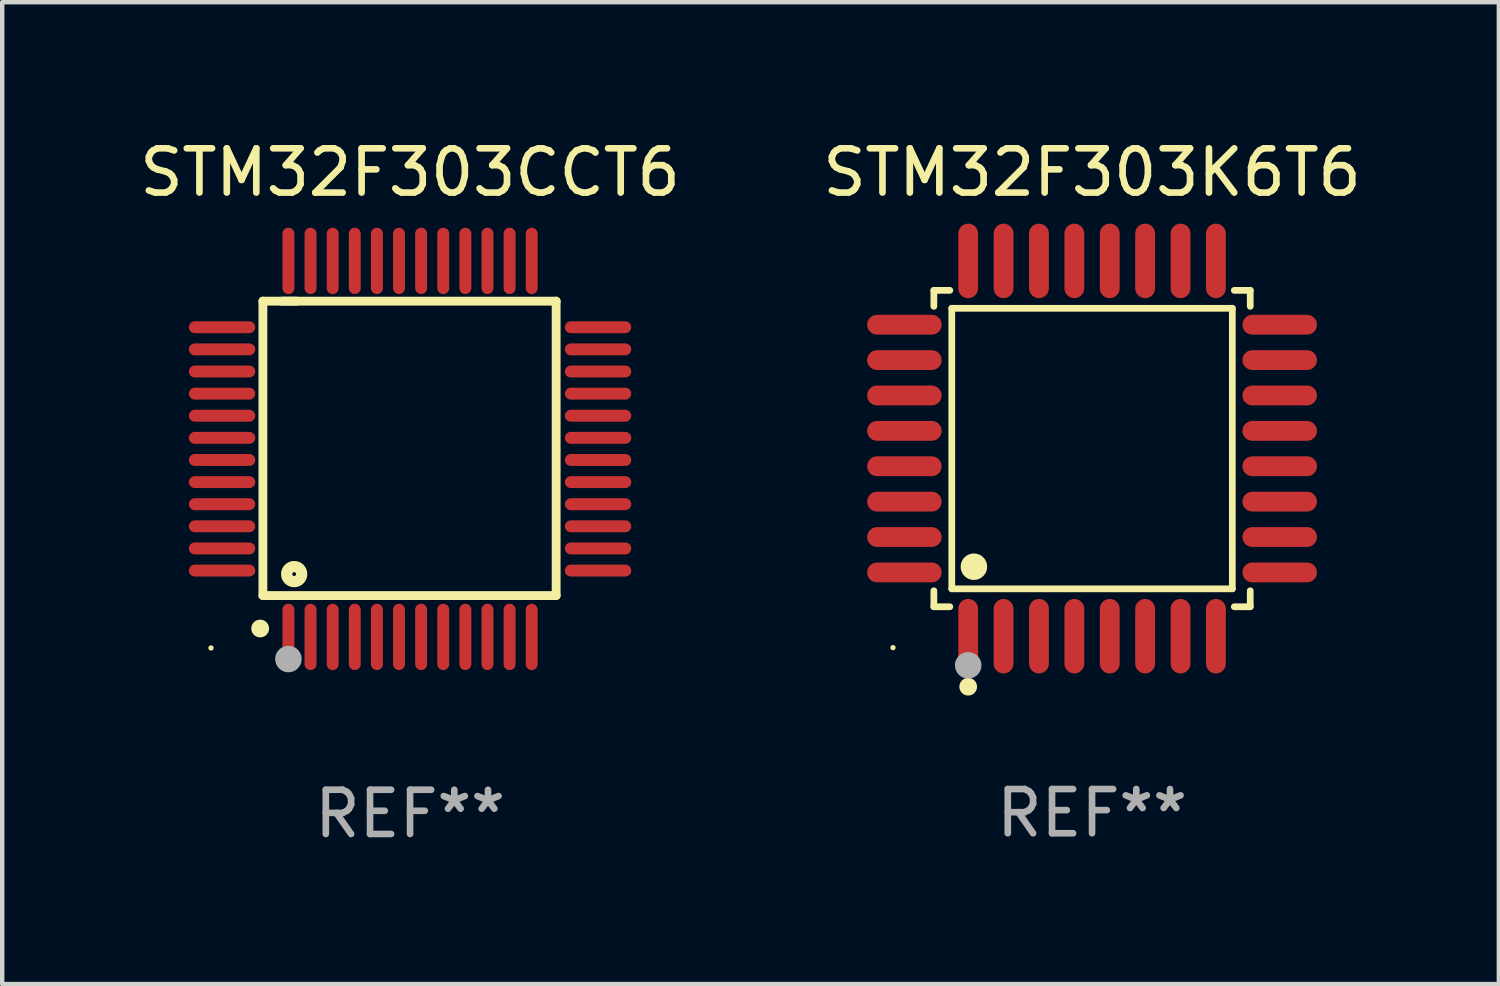
<source format=kicad_pcb>
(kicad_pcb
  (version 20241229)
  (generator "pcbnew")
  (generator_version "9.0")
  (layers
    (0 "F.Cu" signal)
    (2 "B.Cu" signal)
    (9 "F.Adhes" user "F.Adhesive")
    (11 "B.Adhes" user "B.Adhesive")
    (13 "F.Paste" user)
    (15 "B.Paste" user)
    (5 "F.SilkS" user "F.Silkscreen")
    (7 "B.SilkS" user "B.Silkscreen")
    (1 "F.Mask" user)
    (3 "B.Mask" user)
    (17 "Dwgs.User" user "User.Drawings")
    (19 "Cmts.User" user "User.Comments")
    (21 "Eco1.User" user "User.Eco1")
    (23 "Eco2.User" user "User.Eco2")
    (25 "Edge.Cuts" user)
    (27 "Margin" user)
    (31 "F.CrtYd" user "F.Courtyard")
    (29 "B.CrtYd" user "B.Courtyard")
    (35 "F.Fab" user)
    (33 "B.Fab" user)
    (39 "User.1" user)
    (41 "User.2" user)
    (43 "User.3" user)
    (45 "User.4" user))
  (footprint "STM32F303K6T6"
    (layer "F.Cu")
    (at 21.637 7.09)
    (property "Reference" "STM32F303K6T6" (at 0 -6.242 0) (layer "F.SilkS") (effects (font (size 1 1) (thickness 0.15))))
    (attr through_hole)
    (fp_line (start -3.576 -3.576) (end -3.215 -3.576) (stroke (width 0.152) (type solid)) (layer "F.SilkS"))
    (fp_line (start -3.576 -3.215) (end -3.576 -3.576) (stroke (width 0.152) (type solid)) (layer "F.SilkS"))
    (fp_line (start -3.576 3.215) (end -3.576 3.576) (stroke (width 0.152) (type solid)) (layer "F.SilkS"))
    (fp_line (start -3.576 3.576) (end -3.215 3.576) (stroke (width 0.152) (type solid)) (layer "F.SilkS"))
    (fp_line (start -3.171 -3.171) (end 3.171 -3.171) (stroke (width 0.152) (type solid)) (layer "F.SilkS"))
    (fp_line (start -3.171 3.171) (end -3.171 -3.171) (stroke (width 0.152) (type solid)) (layer "F.SilkS"))
    (fp_line (start 3.171 -3.171) (end 3.171 3.171) (stroke (width 0.152) (type solid)) (layer "F.SilkS"))
    (fp_line (start 3.171 3.171) (end -3.171 3.171) (stroke (width 0.152) (type solid)) (layer "F.SilkS"))
    (fp_line (start 3.576 -3.576) (end 3.215 -3.576) (stroke (width 0.152) (type solid)) (layer "F.SilkS"))
    (fp_line (start 3.576 -3.215) (end 3.576 -3.576) (stroke (width 0.152) (type solid)) (layer "F.SilkS"))
    (fp_line (start 3.576 3.215) (end 3.576 3.576) (stroke (width 0.152) (type solid)) (layer "F.SilkS"))
    (fp_line (start 3.576 3.576) (end 3.215 3.576) (stroke (width 0.152) (type solid)) (layer "F.SilkS"))
    (fp_circle (center -4.5 4.5) (end -4.47 4.5) (stroke (width 0.06) (type solid)) (fill no) (layer "F.SilkS"))
    (fp_circle (center -2.8 5.384) (end -2.7 5.384) (stroke (width 0.2) (type solid)) (fill no) (layer "F.SilkS"))
    (fp_circle (center -2.671 2.671) (end -2.521 2.671) (stroke (width 0.3) (type solid)) (fill no) (layer "F.SilkS"))
    (fp_circle (center -2.8 4.9) (end -2.65 4.9) (stroke (width 0.3) (type solid)) (fill no) (layer "F.Fab"))
    (fp_text user "REF**" (at 0 8.242 0) (layer "F.Fab") (effects (font (size 1 1) (thickness 0.15))))
    (pad "1" smd oval (at -2.8 4.242) (size 0.448 1.684) (layers "F.Cu" "F.Mask" "F.Paste"))
    (pad "2" smd oval (at -2 4.242) (size 0.448 1.684) (layers "F.Cu" "F.Mask" "F.Paste"))
    (pad "3" smd oval (at -1.2 4.242) (size 0.448 1.684) (layers "F.Cu" "F.Mask" "F.Paste"))
    (pad "4" smd oval (at -0.4 4.242) (size 0.448 1.684) (layers "F.Cu" "F.Mask" "F.Paste"))
    (pad "5" smd oval (at 0.4 4.242) (size 0.448 1.684) (layers "F.Cu" "F.Mask" "F.Paste"))
    (pad "6" smd oval (at 1.2 4.242) (size 0.448 1.684) (layers "F.Cu" "F.Mask" "F.Paste"))
    (pad "7" smd oval (at 2 4.242) (size 0.448 1.684) (layers "F.Cu" "F.Mask" "F.Paste"))
    (pad "8" smd oval (at 2.8 4.242) (size 0.448 1.684) (layers "F.Cu" "F.Mask" "F.Paste"))
    (pad "9" smd oval (at 4.242 2.8) (size 1.684 0.448) (layers "F.Cu" "F.Mask" "F.Paste"))
    (pad "10" smd oval (at 4.242 2) (size 1.684 0.448) (layers "F.Cu" "F.Mask" "F.Paste"))
    (pad "11" smd oval (at 4.242 1.2) (size 1.684 0.448) (layers "F.Cu" "F.Mask" "F.Paste"))
    (pad "12" smd oval (at 4.242 0.4) (size 1.684 0.448) (layers "F.Cu" "F.Mask" "F.Paste"))
    (pad "13" smd oval (at 4.242 -0.4) (size 1.684 0.448) (layers "F.Cu" "F.Mask" "F.Paste"))
    (pad "14" smd oval (at 4.242 -1.2) (size 1.684 0.448) (layers "F.Cu" "F.Mask" "F.Paste"))
    (pad "15" smd oval (at 4.242 -2) (size 1.684 0.448) (layers "F.Cu" "F.Mask" "F.Paste"))
    (pad "16" smd oval (at 4.242 -2.8) (size 1.684 0.448) (layers "F.Cu" "F.Mask" "F.Paste"))
    (pad "17" smd oval (at 2.8 -4.242) (size 0.448 1.684) (layers "F.Cu" "F.Mask" "F.Paste"))
    (pad "18" smd oval (at 2 -4.242) (size 0.448 1.684) (layers "F.Cu" "F.Mask" "F.Paste"))
    (pad "19" smd oval (at 1.2 -4.242) (size 0.448 1.684) (layers "F.Cu" "F.Mask" "F.Paste"))
    (pad "20" smd oval (at 0.4 -4.242) (size 0.448 1.684) (layers "F.Cu" "F.Mask" "F.Paste"))
    (pad "21" smd oval (at -0.4 -4.242) (size 0.448 1.684) (layers "F.Cu" "F.Mask" "F.Paste"))
    (pad "22" smd oval (at -1.2 -4.242) (size 0.448 1.684) (layers "F.Cu" "F.Mask" "F.Paste"))
    (pad "23" smd oval (at -2 -4.242) (size 0.448 1.684) (layers "F.Cu" "F.Mask" "F.Paste"))
    (pad "24" smd oval (at -2.8 -4.242) (size 0.448 1.684) (layers "F.Cu" "F.Mask" "F.Paste"))
    (pad "25" smd oval (at -4.242 -2.8) (size 1.684 0.448) (layers "F.Cu" "F.Mask" "F.Paste"))
    (pad "26" smd oval (at -4.242 -2) (size 1.684 0.448) (layers "F.Cu" "F.Mask" "F.Paste"))
    (pad "27" smd oval (at -4.242 -1.2) (size 1.684 0.448) (layers "F.Cu" "F.Mask" "F.Paste"))
    (pad "28" smd oval (at -4.242 -0.4) (size 1.684 0.448) (layers "F.Cu" "F.Mask" "F.Paste"))
    (pad "29" smd oval (at -4.242 0.4) (size 1.684 0.448) (layers "F.Cu" "F.Mask" "F.Paste"))
    (pad "30" smd oval (at -4.242 1.2) (size 1.684 0.448) (layers "F.Cu" "F.Mask" "F.Paste"))
    (pad "31" smd oval (at -4.242 2) (size 1.684 0.448) (layers "F.Cu" "F.Mask" "F.Paste"))
    (pad "32" smd oval (at -4.242 2.8) (size 1.684 0.448) (layers "F.Cu" "F.Mask" "F.Paste")))
  (footprint "STM32F303CCT6"
    (layer "F.Cu")
    (at 6.22 7.098)
    (property "Reference" "STM32F303CCT6" (at 0 -6.25 0) (layer "F.SilkS") (effects (font (size 1 1) (thickness 0.15))))
    (attr through_hole)
    (fp_line (start -3.327 -3.34) (end -2.565 -3.34) (stroke (width 0.2) (type solid)) (layer "F.SilkS"))
    (fp_line (start -3.327 3.315) (end -3.327 -3.34) (stroke (width 0.2) (type solid)) (layer "F.SilkS"))
    (fp_line (start -2.896 -3.34) (end 3.302 -3.34) (stroke (width 0.2) (type solid)) (layer "F.SilkS"))
    (fp_line (start 3.302 -3.34) (end 3.302 3.315) (stroke (width 0.2) (type solid)) (layer "F.SilkS"))
    (fp_line (start 3.302 3.315) (end -3.327 3.315) (stroke (width 0.2) (type solid)) (layer "F.SilkS"))
    (fp_arc (start -3.389992 4.059995) (mid -3.388722 4.059991) (end -3.387452 4.059995) (stroke (width 0.4) (type solid)) (layer "F.SilkS"))
    (fp_circle (center -4.5 4.5) (end -4.47 4.5) (stroke (width 0.06) (type solid)) (fill no) (layer "F.SilkS"))
    (fp_circle (center -2.62 2.83) (end -2.45 2.83) (stroke (width 0.254) (type solid)) (fill no) (layer "F.SilkS"))
    (fp_circle (center -2.75 4.75) (end -2.6 4.75) (stroke (width 0.3) (type solid)) (fill no) (layer "F.Fab"))
    (fp_text user "REF**" (at 0 8.25 0) (layer "F.Fab") (effects (font (size 1 1) (thickness 0.15))))
    (pad "1" smd oval (at -2.75 4.25) (size 0.27 1.5) (layers "F.Cu" "F.Mask" "F.Paste"))
    (pad "2" smd oval (at -2.25 4.25) (size 0.27 1.5) (layers "F.Cu" "F.Mask" "F.Paste"))
    (pad "3" smd oval (at -1.75 4.25) (size 0.27 1.5) (layers "F.Cu" "F.Mask" "F.Paste"))
    (pad "4" smd oval (at -1.25 4.25) (size 0.27 1.5) (layers "F.Cu" "F.Mask" "F.Paste"))
    (pad "5" smd oval (at -0.75 4.25) (size 0.27 1.5) (layers "F.Cu" "F.Mask" "F.Paste"))
    (pad "6" smd oval (at -0.25 4.25) (size 0.27 1.5) (layers "F.Cu" "F.Mask" "F.Paste"))
    (pad "7" smd oval (at 0.25 4.25) (size 0.27 1.5) (layers "F.Cu" "F.Mask" "F.Paste"))
    (pad "8" smd oval (at 0.75 4.25) (size 0.27 1.5) (layers "F.Cu" "F.Mask" "F.Paste"))
    (pad "9" smd oval (at 1.25 4.25) (size 0.27 1.5) (layers "F.Cu" "F.Mask" "F.Paste"))
    (pad "10" smd oval (at 1.75 4.25) (size 0.27 1.5) (layers "F.Cu" "F.Mask" "F.Paste"))
    (pad "11" smd oval (at 2.25 4.25) (size 0.27 1.5) (layers "F.Cu" "F.Mask" "F.Paste"))
    (pad "12" smd oval (at 2.75 4.25) (size 0.27 1.5) (layers "F.Cu" "F.Mask" "F.Paste"))
    (pad "13" smd oval (at 4.25 2.75) (size 1.5 0.27) (layers "F.Cu" "F.Mask" "F.Paste"))
    (pad "14" smd oval (at 4.25 2.25) (size 1.5 0.27) (layers "F.Cu" "F.Mask" "F.Paste"))
    (pad "15" smd oval (at 4.25 1.75) (size 1.5 0.27) (layers "F.Cu" "F.Mask" "F.Paste"))
    (pad "16" smd oval (at 4.25 1.25) (size 1.5 0.27) (layers "F.Cu" "F.Mask" "F.Paste"))
    (pad "17" smd oval (at 4.25 0.75) (size 1.5 0.27) (layers "F.Cu" "F.Mask" "F.Paste"))
    (pad "18" smd oval (at 4.25 0.25) (size 1.5 0.27) (layers "F.Cu" "F.Mask" "F.Paste"))
    (pad "19" smd oval (at 4.25 -0.25) (size 1.5 0.27) (layers "F.Cu" "F.Mask" "F.Paste"))
    (pad "20" smd oval (at 4.25 -0.75) (size 1.5 0.27) (layers "F.Cu" "F.Mask" "F.Paste"))
    (pad "21" smd oval (at 4.25 -1.25) (size 1.5 0.27) (layers "F.Cu" "F.Mask" "F.Paste"))
    (pad "22" smd oval (at 4.25 -1.75) (size 1.5 0.27) (layers "F.Cu" "F.Mask" "F.Paste"))
    (pad "23" smd oval (at 4.25 -2.25) (size 1.5 0.27) (layers "F.Cu" "F.Mask" "F.Paste"))
    (pad "24" smd oval (at 4.25 -2.75) (size 1.5 0.27) (layers "F.Cu" "F.Mask" "F.Paste"))
    (pad "25" smd oval (at 2.75 -4.25) (size 0.27 1.5) (layers "F.Cu" "F.Mask" "F.Paste"))
    (pad "26" smd oval (at 2.25 -4.25) (size 0.27 1.5) (layers "F.Cu" "F.Mask" "F.Paste"))
    (pad "27" smd oval (at 1.75 -4.25) (size 0.27 1.5) (layers "F.Cu" "F.Mask" "F.Paste"))
    (pad "28" smd oval (at 1.25 -4.25) (size 0.27 1.5) (layers "F.Cu" "F.Mask" "F.Paste"))
    (pad "29" smd oval (at 0.75 -4.25) (size 0.27 1.5) (layers "F.Cu" "F.Mask" "F.Paste"))
    (pad "30" smd oval (at 0.25 -4.25) (size 0.27 1.5) (layers "F.Cu" "F.Mask" "F.Paste"))
    (pad "31" smd oval (at -0.25 -4.25) (size 0.27 1.5) (layers "F.Cu" "F.Mask" "F.Paste"))
    (pad "32" smd oval (at -0.75 -4.25) (size 0.27 1.5) (layers "F.Cu" "F.Mask" "F.Paste"))
    (pad "33" smd oval (at -1.25 -4.25) (size 0.27 1.5) (layers "F.Cu" "F.Mask" "F.Paste"))
    (pad "34" smd oval (at -1.75 -4.25) (size 0.27 1.5) (layers "F.Cu" "F.Mask" "F.Paste"))
    (pad "35" smd oval (at -2.25 -4.25) (size 0.27 1.5) (layers "F.Cu" "F.Mask" "F.Paste"))
    (pad "36" smd oval (at -2.75 -4.25) (size 0.27 1.5) (layers "F.Cu" "F.Mask" "F.Paste"))
    (pad "37" smd oval (at -4.25 -2.75) (size 1.5 0.27) (layers "F.Cu" "F.Mask" "F.Paste"))
    (pad "38" smd oval (at -4.25 -2.25) (size 1.5 0.27) (layers "F.Cu" "F.Mask" "F.Paste"))
    (pad "39" smd oval (at -4.25 -1.75) (size 1.5 0.27) (layers "F.Cu" "F.Mask" "F.Paste"))
    (pad "40" smd oval (at -4.25 -1.25) (size 1.5 0.27) (layers "F.Cu" "F.Mask" "F.Paste"))
    (pad "41" smd oval (at -4.25 -0.75) (size 1.5 0.27) (layers "F.Cu" "F.Mask" "F.Paste"))
    (pad "42" smd oval (at -4.25 -0.25) (size 1.5 0.27) (layers "F.Cu" "F.Mask" "F.Paste"))
    (pad "43" smd oval (at -4.25 0.25) (size 1.5 0.27) (layers "F.Cu" "F.Mask" "F.Paste"))
    (pad "44" smd oval (at -4.25 0.75) (size 1.5 0.27) (layers "F.Cu" "F.Mask" "F.Paste"))
    (pad "45" smd oval (at -4.25 1.25) (size 1.5 0.27) (layers "F.Cu" "F.Mask" "F.Paste"))
    (pad "46" smd oval (at -4.25 1.75) (size 1.5 0.27) (layers "F.Cu" "F.Mask" "F.Paste"))
    (pad "47" smd oval (at -4.25 2.25) (size 1.5 0.27) (layers "F.Cu" "F.Mask" "F.Paste"))
    (pad "48" smd oval (at -4.25 2.75) (size 1.5 0.27) (layers "F.Cu" "F.Mask" "F.Paste")))
  (gr_rect
    (start -3 -3)
    (end 30.833 19.196)
    (stroke (width 0.1) (type default))
    (fill no)
    (layer "Edge.Cuts")))
</source>
